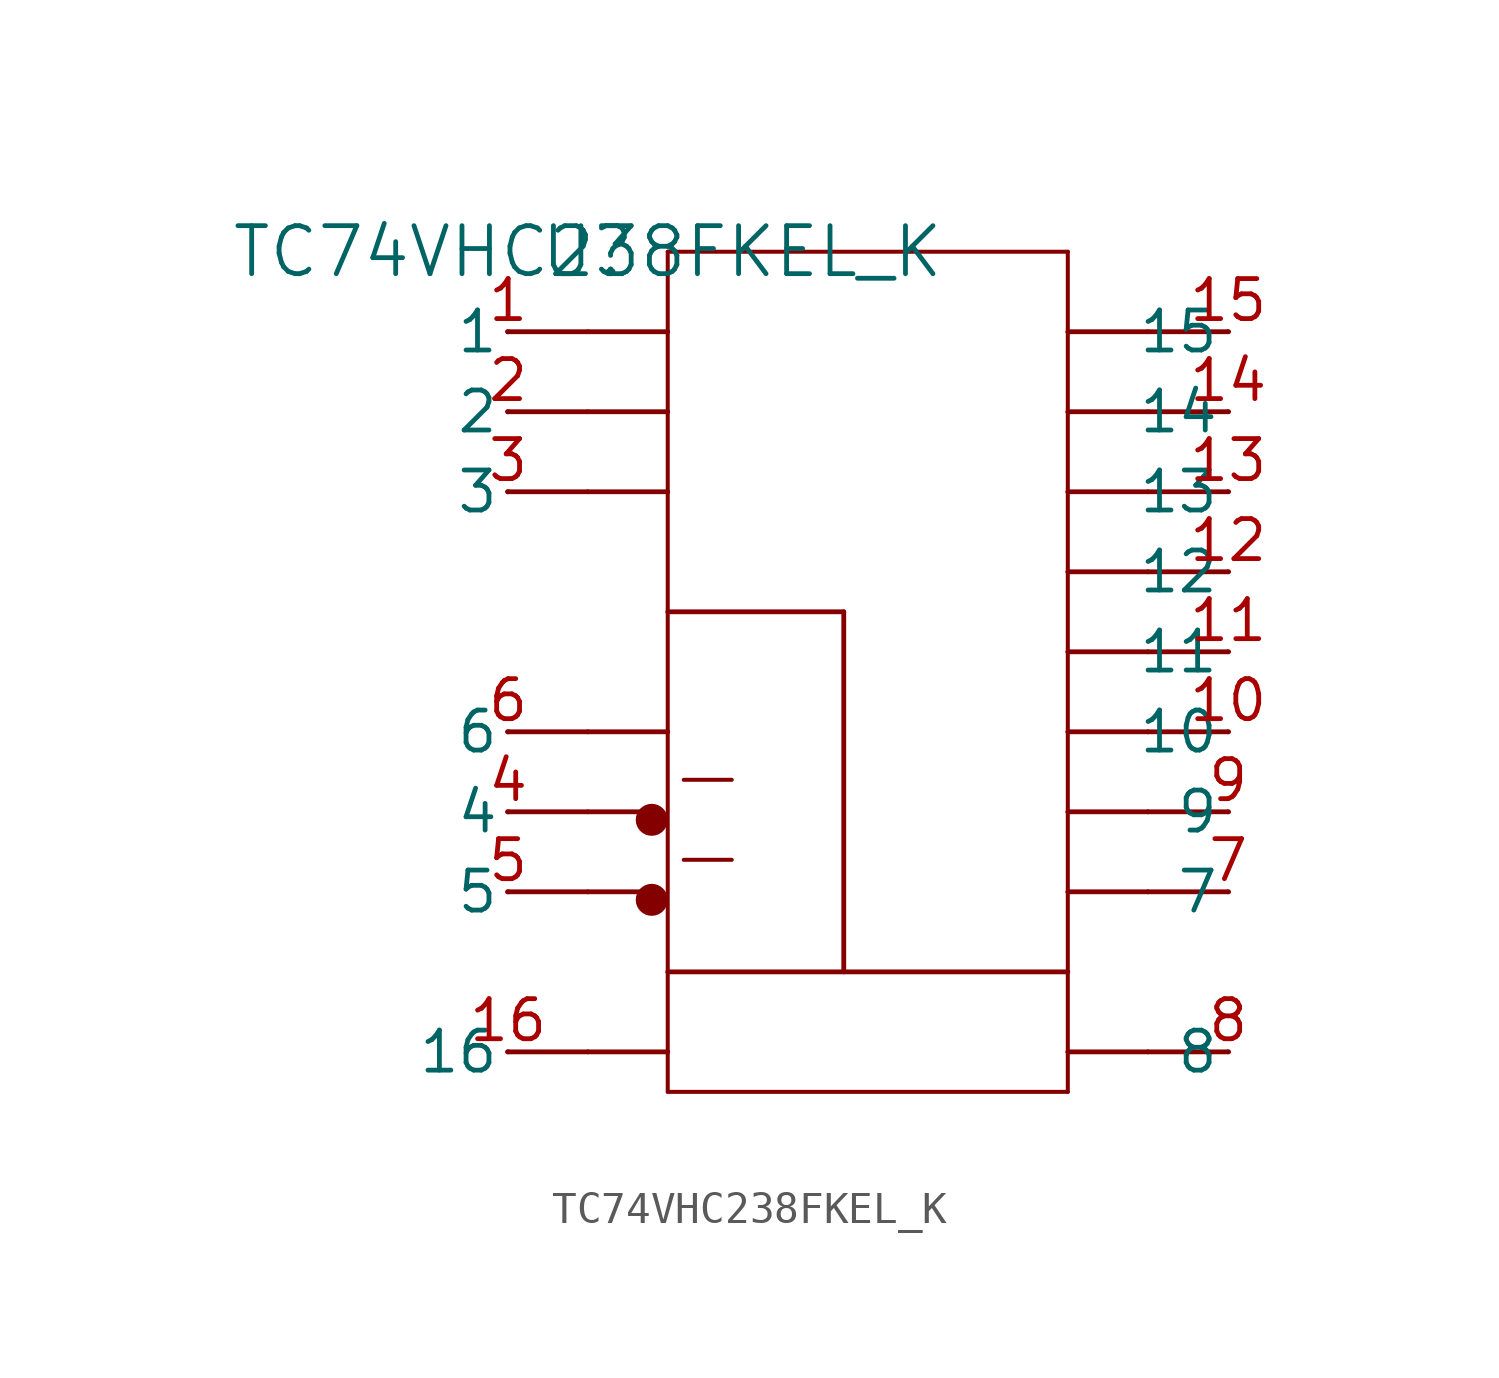
<source format=kicad_sym>
(kicad_symbol_lib
  (version 20211014)
  (generator kicad_symbol_editor)
  (symbol "TC74VHC238FKEL_K"
    (pin_names
      (offset 0.254))
    (property "Reference" "U"
      (at 0 0 0)
      (effects (font (size 1.524 1.524))))
    (property "Value" "TC74VHC238FKEL_K"
      (at 0 0 0)
      (effects (font (size 1.524 1.524))))
    (symbol "TC74VHC238FKEL_K_0_1"
      (circle (center 2.032 -20.574) (radius 0.254) (stroke (width 0.508) (type default) (color 0 0 0 0)) (fill (type none)))
      (polyline (pts (xy -2.54 -15.24) (xy 0 -15.24)) (stroke (width 0) (type default) (color 0 0 0 0)) (fill (type none)))
      (polyline (pts (xy -2.54 -20.32) (xy 0 -20.32)) (stroke (width 0) (type default) (color 0 0 0 0)) (fill (type none)))
      (polyline (pts (xy 20.32 -20.32) (xy 17.78 -20.32)) (stroke (width 0) (type default) (color 0 0 0 0)) (fill (type none)))
      (polyline (pts (xy -2.54 -5.08) (xy 0 -5.08)) (stroke (width 0) (type default) (color 0 0 0 0)) (fill (type none)))
      (polyline (pts (xy -2.54 -17.78) (xy 0 -17.78)) (stroke (width 0) (type default) (color 0 0 0 0)) (fill (type none)))
      (polyline (pts (xy 20.32 -25.4) (xy 17.78 -25.4)) (stroke (width 0) (type default) (color 0 0 0 0)) (fill (type none)))
      (polyline (pts (xy 20.32 -17.78) (xy 17.78 -17.78)) (stroke (width 0) (type default) (color 0 0 0 0)) (fill (type none)))
      (polyline (pts (xy 20.32 -12.7) (xy 17.78 -12.7)) (stroke (width 0) (type default) (color 0 0 0 0)) (fill (type none)))
      (polyline (pts (xy 20.32 -15.24) (xy 17.78 -15.24)) (stroke (width 0) (type default) (color 0 0 0 0)) (fill (type none)))
      (polyline (pts (xy 20.32 -10.16) (xy 17.78 -10.16)) (stroke (width 0) (type default) (color 0 0 0 0)) (fill (type none)))
      (polyline (pts (xy 20.32 -7.62) (xy 17.78 -7.62)) (stroke (width 0) (type default) (color 0 0 0 0)) (fill (type none)))
      (polyline (pts (xy 20.32 -5.08) (xy 17.78 -5.08)) (stroke (width 0) (type default) (color 0 0 0 0)) (fill (type none)))
      (polyline (pts (xy 20.32 -2.54) (xy 17.78 -2.54)) (stroke (width 0) (type default) (color 0 0 0 0)) (fill (type none)))
      (polyline (pts (xy -2.54 -7.62) (xy 0 -7.62)) (stroke (width 0) (type default) (color 0 0 0 0)) (fill (type none)))
      (polyline (pts (xy -2.54 -2.54) (xy 0 -2.54)) (stroke (width 0) (type default) (color 0 0 0 0)) (fill (type none)))
      (polyline (pts (xy -2.54 -25.4) (xy 0 -25.4)) (stroke (width 0) (type default) (color 0 0 0 0)) (fill (type none)))
      (polyline (pts (xy 2.54 -26.67) (xy 2.54 0)) (stroke (width 0.127) (type default) (color 0 0 0 0)) (fill (type none)))
      (polyline (pts (xy 2.54 0) (xy 15.24 0)) (stroke (width 0.127) (type default) (color 0 0 0 0)) (fill (type none)))
      (polyline (pts (xy 15.24 0) (xy 15.24 -26.67)) (stroke (width 0.127) (type default) (color 0 0 0 0)) (fill (type none)))
      (polyline (pts (xy 15.24 -26.67) (xy 2.54 -26.67)) (stroke (width 0.127) (type default) (color 0 0 0 0)) (fill (type none)))
      (polyline (pts (xy 0 -7.62) (xy 2.54 -7.62)) (stroke (width 0) (type default) (color 0 0 0 0)) (fill (type none)))
      (polyline (pts (xy 2.54 -25.4) (xy 0 -25.4)) (stroke (width 0) (type default) (color 0 0 0 0)) (fill (type none)))
      (polyline (pts (xy 17.78 -25.4) (xy 15.24 -25.4)) (stroke (width 0) (type default) (color 0 0 0 0)) (fill (type none)))
      (polyline (pts (xy 2.54 -15.24) (xy 0 -15.24)) (stroke (width 0) (type default) (color 0 0 0 0)) (fill (type none)))
      (polyline (pts (xy 1.778 -17.78) (xy 0 -17.78)) (stroke (width 0) (type default) (color 0 0 0 0)) (fill (type none)))
      (polyline (pts (xy 2.54 -22.86) (xy 15.24 -22.86)) (stroke (width 0) (type default) (color 0 0 0 0)) (fill (type none)))
      (polyline (pts (xy 2.54 -11.43) (xy 8.128 -11.43)) (stroke (width 0) (type default) (color 0 0 0 0)) (fill (type none)))
      (polyline (pts (xy 8.128 -11.43) (xy 8.128 -22.86)) (stroke (width 0) (type default) (color 0 0 0 0)) (fill (type none)))
      (polyline (pts (xy 17.78 -2.54) (xy 15.24 -2.54)) (stroke (width 0) (type default) (color 0 0 0 0)) (fill (type none)))
      (polyline (pts (xy 0 -2.54) (xy 2.54 -2.54)) (stroke (width 0) (type default) (color 0 0 0 0)) (fill (type none)))
      (polyline (pts (xy 0 -5.08) (xy 2.54 -5.08)) (stroke (width 0) (type default) (color 0 0 0 0)) (fill (type none)))
      (polyline (pts (xy 17.78 -5.08) (xy 15.24 -5.08)) (stroke (width 0) (type default) (color 0 0 0 0)) (fill (type none)))
      (polyline (pts (xy 17.78 -7.62) (xy 15.24 -7.62)) (stroke (width 0) (type default) (color 0 0 0 0)) (fill (type none)))
      (polyline (pts (xy 17.78 -10.16) (xy 15.24 -10.16)) (stroke (width 0) (type default) (color 0 0 0 0)) (fill (type none)))
      (polyline (pts (xy 17.78 -12.7) (xy 15.24 -12.7)) (stroke (width 0) (type default) (color 0 0 0 0)) (fill (type none)))
      (polyline (pts (xy 17.78 -15.24) (xy 15.24 -15.24)) (stroke (width 0) (type default) (color 0 0 0 0)) (fill (type none)))
      (polyline (pts (xy 17.78 -17.78) (xy 15.24 -17.78)) (stroke (width 0) (type default) (color 0 0 0 0)) (fill (type none)))
      (polyline (pts (xy 17.78 -20.32) (xy 15.24 -20.32)) (stroke (width 0) (type default) (color 0 0 0 0)) (fill (type none)))
      (polyline (pts (xy 1.778 -20.32) (xy 0 -20.32)) (stroke (width 0) (type default) (color 0 0 0 0)) (fill (type none)))
      (polyline (pts (xy 3.048 -16.764) (xy 4.572 -16.764)) (stroke (width 0.127) (type default) (color 0 0 0 0)) (fill (type none)))
      (polyline (pts (xy 3.048 -19.304) (xy 4.572 -19.304)) (stroke (width 0.127) (type default) (color 0 0 0 0)) (fill (type none)))
      (circle (center 2.032 -18.034) (radius 0.254) (stroke (width 0.508) (type default) (color 0 0 0 0)) (fill (type none)))
      (pin unspecified line (at -2.515 -2.54 180) (length 0.025) (name "1" (effects (font (size 1.27 1.27)))) (number "1" (effects (font (size 1.27 1.27)))))
      (pin unspecified line (at -2.515 -5.08 180) (length 0.025) (name "2" (effects (font (size 1.27 1.27)))) (number "2" (effects (font (size 1.27 1.27)))))
      (pin unspecified line (at -2.515 -7.62 180) (length 0.025) (name "3" (effects (font (size 1.27 1.27)))) (number "3" (effects (font (size 1.27 1.27)))))
      (pin unspecified line (at -2.515 -17.78 180) (length 0.025) (name "4" (effects (font (size 1.27 1.27)))) (number "4" (effects (font (size 1.27 1.27)))))
      (pin unspecified line (at -2.515 -20.32 180) (length 0.025) (name "5" (effects (font (size 1.27 1.27)))) (number "5" (effects (font (size 1.27 1.27)))))
      (pin unspecified line (at -2.515 -15.24 180) (length 0.025) (name "6" (effects (font (size 1.27 1.27)))) (number "6" (effects (font (size 1.27 1.27)))))
      (pin unspecified line (at 20.345 -20.32 180) (length 0.025) (name "7" (effects (font (size 1.27 1.27)))) (number "7" (effects (font (size 1.27 1.27)))))
      (pin unspecified line (at 20.345 -25.4 180) (length 0.025) (name "8" (effects (font (size 1.27 1.27)))) (number "8" (effects (font (size 1.27 1.27)))))
      (pin unspecified line (at 20.345 -17.78 180) (length 0.025) (name "9" (effects (font (size 1.27 1.27)))) (number "9" (effects (font (size 1.27 1.27)))))
      (pin unspecified line (at 20.345 -15.24 180) (length 0.025) (name "10" (effects (font (size 1.27 1.27)))) (number "10" (effects (font (size 1.27 1.27)))))
      (pin unspecified line (at 20.345 -12.7 180) (length 0.025) (name "11" (effects (font (size 1.27 1.27)))) (number "11" (effects (font (size 1.27 1.27)))))
      (pin unspecified line (at 20.345 -10.16 180) (length 0.025) (name "12" (effects (font (size 1.27 1.27)))) (number "12" (effects (font (size 1.27 1.27)))))
      (pin unspecified line (at 20.345 -7.62 180) (length 0.025) (name "13" (effects (font (size 1.27 1.27)))) (number "13" (effects (font (size 1.27 1.27)))))
      (pin unspecified line (at 20.345 -5.08 180) (length 0.025) (name "14" (effects (font (size 1.27 1.27)))) (number "14" (effects (font (size 1.27 1.27)))))
      (pin unspecified line (at 20.345 -2.54 180) (length 0.025) (name "15" (effects (font (size 1.27 1.27)))) (number "15" (effects (font (size 1.27 1.27)))))
      (pin unspecified line (at -2.515 -25.4 180) (length 0.025) (name "16" (effects (font (size 1.27 1.27)))) (number "16" (effects (font (size 1.27 1.27))))))))
</source>
